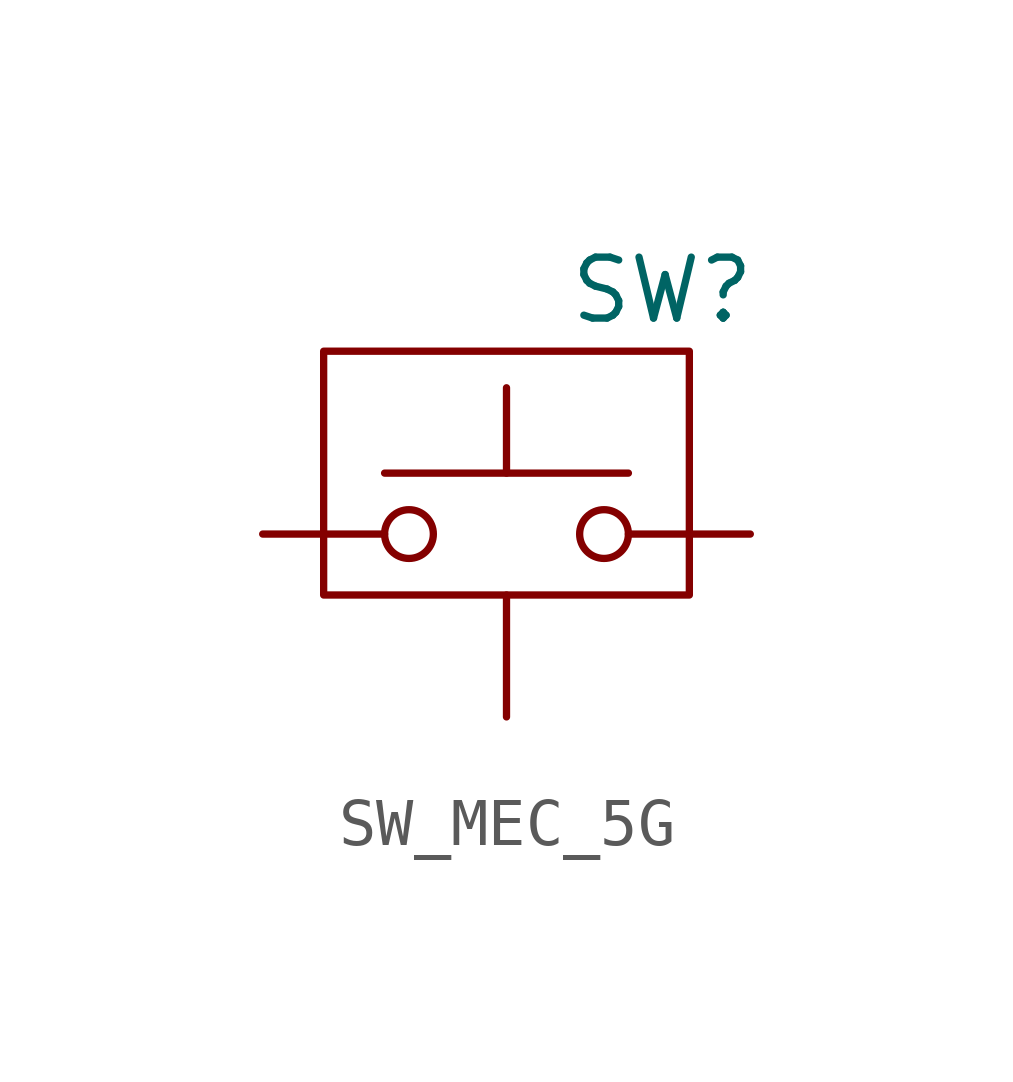
<source format=kicad_sym>
(kicad_symbol_lib
  (version 20220914)
  (generator kicad_symbol_editor)
  (symbol "SW_MEC_5G"
    (pin_numbers hide)
    (pin_names
      (offset 1.016) hide)
    (property "Reference" "SW"
      (at 1.27 5.08 0)
      (effects (font (size 1.27 1.27)) (justify left)))
    (symbol "SW_MEC_5G_0_1"
      (rectangle (start -3.81 3.81) (end 3.81 -1.27) (stroke (width 0) (type default)) (fill (type none)))
      (circle (center -2.032 0) (radius 0.508) (stroke (width 0) (type default)) (fill (type none)))
      (polyline (pts (xy 0 1.27) (xy 0 3.048)) (stroke (width 0) (type default)) (fill (type none)))
      (polyline (pts (xy 2.54 1.27) (xy -2.54 1.27)) (stroke (width 0) (type default)) (fill (type none)))
      (circle (center 2.032 0) (radius 0.508) (stroke (width 0) (type default)) (fill (type none)))
      (pin passive line (at -5.08 0 0) (length 2.54) (name "A" (effects (font (size 1.27 1.27)))) (number "1" (effects (font (size 1.27 1.27))))))
    (symbol "SW_MEC_5G_1_1"
      (pin passive line (at 5.08 0 180) (length 2.54) (name "B" (effects (font (size 1.27 1.27)))) (number "2" (effects (font (size 1.27 1.27)))))
      (pin passive line (at 0 -3.81 90) (length 2.54) (name "GND" (effects (font (size 1.27 1.27)))) (number "3" (effects (font (size 1.27 1.27))))))))
</source>
